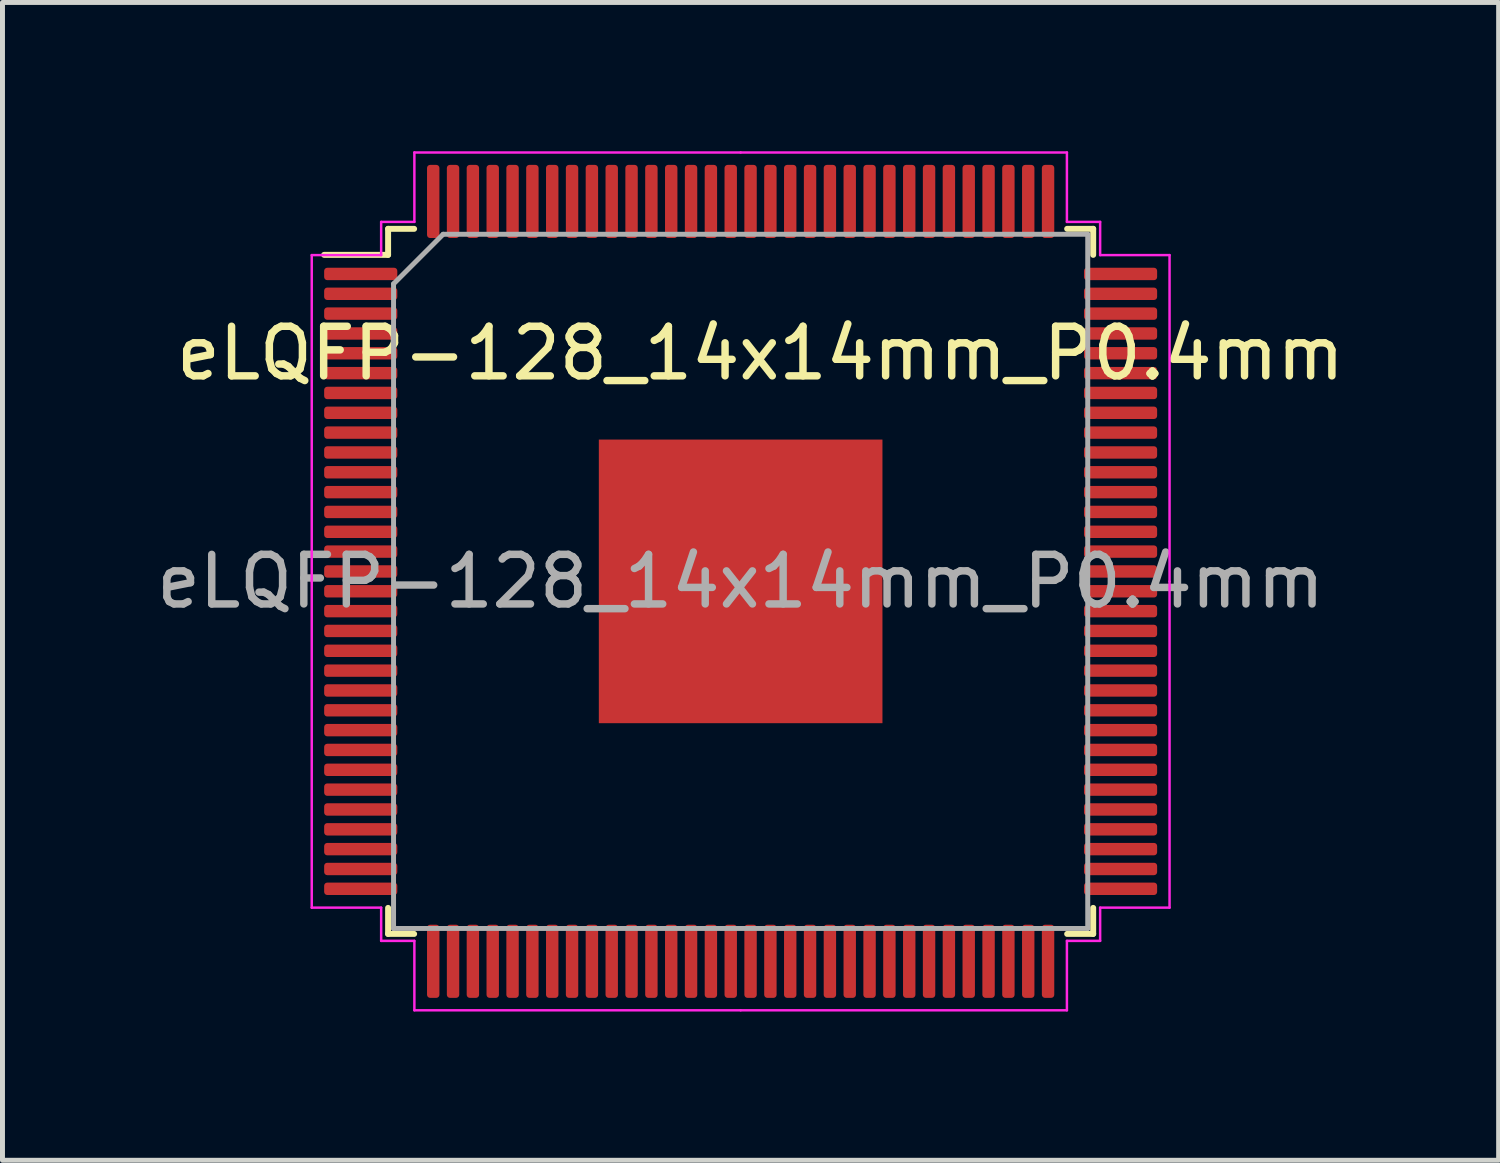
<source format=kicad_pcb>
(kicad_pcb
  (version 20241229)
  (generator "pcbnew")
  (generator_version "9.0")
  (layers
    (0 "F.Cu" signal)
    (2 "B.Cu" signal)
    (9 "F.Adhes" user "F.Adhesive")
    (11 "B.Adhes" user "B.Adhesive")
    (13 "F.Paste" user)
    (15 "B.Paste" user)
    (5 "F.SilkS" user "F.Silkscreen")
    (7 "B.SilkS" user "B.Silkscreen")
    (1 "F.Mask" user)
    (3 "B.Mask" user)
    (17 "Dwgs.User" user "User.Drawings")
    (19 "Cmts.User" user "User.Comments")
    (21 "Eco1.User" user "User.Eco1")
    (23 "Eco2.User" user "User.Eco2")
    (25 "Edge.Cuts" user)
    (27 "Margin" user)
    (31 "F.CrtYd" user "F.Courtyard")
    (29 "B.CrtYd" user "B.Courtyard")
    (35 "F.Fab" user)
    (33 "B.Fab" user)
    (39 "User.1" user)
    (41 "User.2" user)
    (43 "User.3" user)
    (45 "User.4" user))
  (footprint "eLQFP-128_14x14mm_P0.4mm"
    (layer "F.Cu")
    (at 11.887 8.675)
    (property "Reference" "eLQFP-128_14x14mm_P0.4mm" (at 0.4 -4.6 0) (layer "F.SilkS") (effects (font (size 1 1) (thickness 0.15))))
    (attr smd)
    (fp_line (start -7.11 -7.11) (end -7.11 -6.585) (stroke (width 0.12) (type solid)) (layer "F.SilkS"))
    (fp_line (start -7.11 -6.585) (end -8.4 -6.585) (stroke (width 0.12) (type solid)) (layer "F.SilkS"))
    (fp_line (start -7.11 7.11) (end -7.11 6.585) (stroke (width 0.12) (type solid)) (layer "F.SilkS"))
    (fp_line (start -6.585 -7.11) (end -7.11 -7.11) (stroke (width 0.12) (type solid)) (layer "F.SilkS"))
    (fp_line (start -6.585 7.11) (end -7.11 7.11) (stroke (width 0.12) (type solid)) (layer "F.SilkS"))
    (fp_line (start 6.585 -7.11) (end 7.11 -7.11) (stroke (width 0.12) (type solid)) (layer "F.SilkS"))
    (fp_line (start 6.585 7.11) (end 7.11 7.11) (stroke (width 0.12) (type solid)) (layer "F.SilkS"))
    (fp_line (start 7.11 -7.11) (end 7.11 -6.585) (stroke (width 0.12) (type solid)) (layer "F.SilkS"))
    (fp_line (start 7.11 7.11) (end 7.11 6.585) (stroke (width 0.12) (type solid)) (layer "F.SilkS"))
    (fp_line (start -8.65 -6.58) (end -8.65 0) (stroke (width 0.05) (type solid)) (layer "F.CrtYd"))
    (fp_line (start -8.65 6.58) (end -8.65 0) (stroke (width 0.05) (type solid)) (layer "F.CrtYd"))
    (fp_line (start -7.25 -7.25) (end -7.25 -6.58) (stroke (width 0.05) (type solid)) (layer "F.CrtYd"))
    (fp_line (start -7.25 -6.58) (end -8.65 -6.58) (stroke (width 0.05) (type solid)) (layer "F.CrtYd"))
    (fp_line (start -7.25 6.58) (end -8.65 6.58) (stroke (width 0.05) (type solid)) (layer "F.CrtYd"))
    (fp_line (start -7.25 7.25) (end -7.25 6.58) (stroke (width 0.05) (type solid)) (layer "F.CrtYd"))
    (fp_line (start -6.58 -8.65) (end -6.58 -7.25) (stroke (width 0.05) (type solid)) (layer "F.CrtYd"))
    (fp_line (start -6.58 -7.25) (end -7.25 -7.25) (stroke (width 0.05) (type solid)) (layer "F.CrtYd"))
    (fp_line (start -6.58 7.25) (end -7.25 7.25) (stroke (width 0.05) (type solid)) (layer "F.CrtYd"))
    (fp_line (start -6.58 8.65) (end -6.58 7.25) (stroke (width 0.05) (type solid)) (layer "F.CrtYd"))
    (fp_line (start 0 -8.65) (end -6.58 -8.65) (stroke (width 0.05) (type solid)) (layer "F.CrtYd"))
    (fp_line (start 0 -8.65) (end 6.58 -8.65) (stroke (width 0.05) (type solid)) (layer "F.CrtYd"))
    (fp_line (start 0 8.65) (end -6.58 8.65) (stroke (width 0.05) (type solid)) (layer "F.CrtYd"))
    (fp_line (start 0 8.65) (end 6.58 8.65) (stroke (width 0.05) (type solid)) (layer "F.CrtYd"))
    (fp_line (start 6.58 -8.65) (end 6.58 -7.25) (stroke (width 0.05) (type solid)) (layer "F.CrtYd"))
    (fp_line (start 6.58 -7.25) (end 7.25 -7.25) (stroke (width 0.05) (type solid)) (layer "F.CrtYd"))
    (fp_line (start 6.58 7.25) (end 7.25 7.25) (stroke (width 0.05) (type solid)) (layer "F.CrtYd"))
    (fp_line (start 6.58 8.65) (end 6.58 7.25) (stroke (width 0.05) (type solid)) (layer "F.CrtYd"))
    (fp_line (start 7.25 -7.25) (end 7.25 -6.58) (stroke (width 0.05) (type solid)) (layer "F.CrtYd"))
    (fp_line (start 7.25 -6.58) (end 8.65 -6.58) (stroke (width 0.05) (type solid)) (layer "F.CrtYd"))
    (fp_line (start 7.25 6.58) (end 8.65 6.58) (stroke (width 0.05) (type solid)) (layer "F.CrtYd"))
    (fp_line (start 7.25 7.25) (end 7.25 6.58) (stroke (width 0.05) (type solid)) (layer "F.CrtYd"))
    (fp_line (start 8.65 -6.58) (end 8.65 0) (stroke (width 0.05) (type solid)) (layer "F.CrtYd"))
    (fp_line (start 8.65 6.58) (end 8.65 0) (stroke (width 0.05) (type solid)) (layer "F.CrtYd"))
    (fp_line (start -7 -6) (end -6 -7) (stroke (width 0.1) (type solid)) (layer "F.Fab"))
    (fp_line (start -7 7) (end -7 -6) (stroke (width 0.1) (type solid)) (layer "F.Fab"))
    (fp_line (start -6 -7) (end 7 -7) (stroke (width 0.1) (type solid)) (layer "F.Fab"))
    (fp_line (start 7 -7) (end 7 7) (stroke (width 0.1) (type solid)) (layer "F.Fab"))
    (fp_line (start 7 7) (end -7 7) (stroke (width 0.1) (type solid)) (layer "F.Fab"))
    (fp_text user "${REFERENCE}" (at 0 0 0) (layer "F.Fab") (effects (font (size 1 1) (thickness 0.15))))
    (pad "1" smd roundrect (at -7.662 -6.2) (size 1.475 0.25) (layers "F.Cu" "F.Mask" "F.Paste") (roundrect_rratio 0.25))
    (pad "2" smd roundrect (at -7.662 -5.8) (size 1.475 0.25) (layers "F.Cu" "F.Mask" "F.Paste") (roundrect_rratio 0.25))
    (pad "3" smd roundrect (at -7.662 -5.4) (size 1.475 0.25) (layers "F.Cu" "F.Mask" "F.Paste") (roundrect_rratio 0.25))
    (pad "4" smd roundrect (at -7.662 -5) (size 1.475 0.25) (layers "F.Cu" "F.Mask" "F.Paste") (roundrect_rratio 0.25))
    (pad "5" smd roundrect (at -7.662 -4.6) (size 1.475 0.25) (layers "F.Cu" "F.Mask" "F.Paste") (roundrect_rratio 0.25))
    (pad "6" smd roundrect (at -7.662 -4.2) (size 1.475 0.25) (layers "F.Cu" "F.Mask" "F.Paste") (roundrect_rratio 0.25))
    (pad "7" smd roundrect (at -7.662 -3.8) (size 1.475 0.25) (layers "F.Cu" "F.Mask" "F.Paste") (roundrect_rratio 0.25))
    (pad "8" smd roundrect (at -7.662 -3.4) (size 1.475 0.25) (layers "F.Cu" "F.Mask" "F.Paste") (roundrect_rratio 0.25))
    (pad "9" smd roundrect (at -7.662 -3) (size 1.475 0.25) (layers "F.Cu" "F.Mask" "F.Paste") (roundrect_rratio 0.25))
    (pad "10" smd roundrect (at -7.662 -2.6) (size 1.475 0.25) (layers "F.Cu" "F.Mask" "F.Paste") (roundrect_rratio 0.25))
    (pad "11" smd roundrect (at -7.662 -2.2) (size 1.475 0.25) (layers "F.Cu" "F.Mask" "F.Paste") (roundrect_rratio 0.25))
    (pad "12" smd roundrect (at -7.662 -1.8) (size 1.475 0.25) (layers "F.Cu" "F.Mask" "F.Paste") (roundrect_rratio 0.25))
    (pad "13" smd roundrect (at -7.662 -1.4) (size 1.475 0.25) (layers "F.Cu" "F.Mask" "F.Paste") (roundrect_rratio 0.25))
    (pad "14" smd roundrect (at -7.662 -1) (size 1.475 0.25) (layers "F.Cu" "F.Mask" "F.Paste") (roundrect_rratio 0.25))
    (pad "15" smd roundrect (at -7.662 -0.6) (size 1.475 0.25) (layers "F.Cu" "F.Mask" "F.Paste") (roundrect_rratio 0.25))
    (pad "16" smd roundrect (at -7.662 -0.2) (size 1.475 0.25) (layers "F.Cu" "F.Mask" "F.Paste") (roundrect_rratio 0.25))
    (pad "17" smd roundrect (at -7.662 0.2) (size 1.475 0.25) (layers "F.Cu" "F.Mask" "F.Paste") (roundrect_rratio 0.25))
    (pad "18" smd roundrect (at -7.662 0.6) (size 1.475 0.25) (layers "F.Cu" "F.Mask" "F.Paste") (roundrect_rratio 0.25))
    (pad "19" smd roundrect (at -7.662 1) (size 1.475 0.25) (layers "F.Cu" "F.Mask" "F.Paste") (roundrect_rratio 0.25))
    (pad "20" smd roundrect (at -7.662 1.4) (size 1.475 0.25) (layers "F.Cu" "F.Mask" "F.Paste") (roundrect_rratio 0.25))
    (pad "21" smd roundrect (at -7.662 1.8) (size 1.475 0.25) (layers "F.Cu" "F.Mask" "F.Paste") (roundrect_rratio 0.25))
    (pad "22" smd roundrect (at -7.662 2.2) (size 1.475 0.25) (layers "F.Cu" "F.Mask" "F.Paste") (roundrect_rratio 0.25))
    (pad "23" smd roundrect (at -7.662 2.6) (size 1.475 0.25) (layers "F.Cu" "F.Mask" "F.Paste") (roundrect_rratio 0.25))
    (pad "24" smd roundrect (at -7.662 3) (size 1.475 0.25) (layers "F.Cu" "F.Mask" "F.Paste") (roundrect_rratio 0.25))
    (pad "25" smd roundrect (at -7.662 3.4) (size 1.475 0.25) (layers "F.Cu" "F.Mask" "F.Paste") (roundrect_rratio 0.25))
    (pad "26" smd roundrect (at -7.662 3.8) (size 1.475 0.25) (layers "F.Cu" "F.Mask" "F.Paste") (roundrect_rratio 0.25))
    (pad "27" smd roundrect (at -7.662 4.2) (size 1.475 0.25) (layers "F.Cu" "F.Mask" "F.Paste") (roundrect_rratio 0.25))
    (pad "28" smd roundrect (at -7.662 4.6) (size 1.475 0.25) (layers "F.Cu" "F.Mask" "F.Paste") (roundrect_rratio 0.25))
    (pad "29" smd roundrect (at -7.662 5) (size 1.475 0.25) (layers "F.Cu" "F.Mask" "F.Paste") (roundrect_rratio 0.25))
    (pad "30" smd roundrect (at -7.662 5.4) (size 1.475 0.25) (layers "F.Cu" "F.Mask" "F.Paste") (roundrect_rratio 0.25))
    (pad "31" smd roundrect (at -7.662 5.8) (size 1.475 0.25) (layers "F.Cu" "F.Mask" "F.Paste") (roundrect_rratio 0.25))
    (pad "32" smd roundrect (at -7.662 6.2) (size 1.475 0.25) (layers "F.Cu" "F.Mask" "F.Paste") (roundrect_rratio 0.25))
    (pad "33" smd roundrect (at -6.2 7.662) (size 0.25 1.475) (layers "F.Cu" "F.Mask" "F.Paste") (roundrect_rratio 0.25))
    (pad "34" smd roundrect (at -5.8 7.662) (size 0.25 1.475) (layers "F.Cu" "F.Mask" "F.Paste") (roundrect_rratio 0.25))
    (pad "35" smd roundrect (at -5.4 7.662) (size 0.25 1.475) (layers "F.Cu" "F.Mask" "F.Paste") (roundrect_rratio 0.25))
    (pad "36" smd roundrect (at -5 7.662) (size 0.25 1.475) (layers "F.Cu" "F.Mask" "F.Paste") (roundrect_rratio 0.25))
    (pad "37" smd roundrect (at -4.6 7.662) (size 0.25 1.475) (layers "F.Cu" "F.Mask" "F.Paste") (roundrect_rratio 0.25))
    (pad "38" smd roundrect (at -4.2 7.662) (size 0.25 1.475) (layers "F.Cu" "F.Mask" "F.Paste") (roundrect_rratio 0.25))
    (pad "39" smd roundrect (at -3.8 7.662) (size 0.25 1.475) (layers "F.Cu" "F.Mask" "F.Paste") (roundrect_rratio 0.25))
    (pad "40" smd roundrect (at -3.4 7.662) (size 0.25 1.475) (layers "F.Cu" "F.Mask" "F.Paste") (roundrect_rratio 0.25))
    (pad "41" smd roundrect (at -3 7.662) (size 0.25 1.475) (layers "F.Cu" "F.Mask" "F.Paste") (roundrect_rratio 0.25))
    (pad "42" smd roundrect (at -2.6 7.662) (size 0.25 1.475) (layers "F.Cu" "F.Mask" "F.Paste") (roundrect_rratio 0.25))
    (pad "43" smd roundrect (at -2.2 7.662) (size 0.25 1.475) (layers "F.Cu" "F.Mask" "F.Paste") (roundrect_rratio 0.25))
    (pad "44" smd roundrect (at -1.8 7.662) (size 0.25 1.475) (layers "F.Cu" "F.Mask" "F.Paste") (roundrect_rratio 0.25))
    (pad "45" smd roundrect (at -1.4 7.662) (size 0.25 1.475) (layers "F.Cu" "F.Mask" "F.Paste") (roundrect_rratio 0.25))
    (pad "46" smd roundrect (at -1 7.662) (size 0.25 1.475) (layers "F.Cu" "F.Mask" "F.Paste") (roundrect_rratio 0.25))
    (pad "47" smd roundrect (at -0.6 7.662) (size 0.25 1.475) (layers "F.Cu" "F.Mask" "F.Paste") (roundrect_rratio 0.25))
    (pad "48" smd roundrect (at -0.2 7.662) (size 0.25 1.475) (layers "F.Cu" "F.Mask" "F.Paste") (roundrect_rratio 0.25))
    (pad "49" smd roundrect (at 0.2 7.662) (size 0.25 1.475) (layers "F.Cu" "F.Mask" "F.Paste") (roundrect_rratio 0.25))
    (pad "50" smd roundrect (at 0.6 7.662) (size 0.25 1.475) (layers "F.Cu" "F.Mask" "F.Paste") (roundrect_rratio 0.25))
    (pad "51" smd roundrect (at 1 7.662) (size 0.25 1.475) (layers "F.Cu" "F.Mask" "F.Paste") (roundrect_rratio 0.25))
    (pad "52" smd roundrect (at 1.4 7.662) (size 0.25 1.475) (layers "F.Cu" "F.Mask" "F.Paste") (roundrect_rratio 0.25))
    (pad "53" smd roundrect (at 1.8 7.662) (size 0.25 1.475) (layers "F.Cu" "F.Mask" "F.Paste") (roundrect_rratio 0.25))
    (pad "54" smd roundrect (at 2.2 7.662) (size 0.25 1.475) (layers "F.Cu" "F.Mask" "F.Paste") (roundrect_rratio 0.25))
    (pad "55" smd roundrect (at 2.6 7.662) (size 0.25 1.475) (layers "F.Cu" "F.Mask" "F.Paste") (roundrect_rratio 0.25))
    (pad "56" smd roundrect (at 3 7.662) (size 0.25 1.475) (layers "F.Cu" "F.Mask" "F.Paste") (roundrect_rratio 0.25))
    (pad "57" smd roundrect (at 3.4 7.662) (size 0.25 1.475) (layers "F.Cu" "F.Mask" "F.Paste") (roundrect_rratio 0.25))
    (pad "58" smd roundrect (at 3.8 7.662) (size 0.25 1.475) (layers "F.Cu" "F.Mask" "F.Paste") (roundrect_rratio 0.25))
    (pad "59" smd roundrect (at 4.2 7.662) (size 0.25 1.475) (layers "F.Cu" "F.Mask" "F.Paste") (roundrect_rratio 0.25))
    (pad "60" smd roundrect (at 4.6 7.662) (size 0.25 1.475) (layers "F.Cu" "F.Mask" "F.Paste") (roundrect_rratio 0.25))
    (pad "61" smd roundrect (at 5 7.662) (size 0.25 1.475) (layers "F.Cu" "F.Mask" "F.Paste") (roundrect_rratio 0.25))
    (pad "62" smd roundrect (at 5.4 7.662) (size 0.25 1.475) (layers "F.Cu" "F.Mask" "F.Paste") (roundrect_rratio 0.25))
    (pad "63" smd roundrect (at 5.8 7.662) (size 0.25 1.475) (layers "F.Cu" "F.Mask" "F.Paste") (roundrect_rratio 0.25))
    (pad "64" smd roundrect (at 6.2 7.662) (size 0.25 1.475) (layers "F.Cu" "F.Mask" "F.Paste") (roundrect_rratio 0.25))
    (pad "65" smd roundrect (at 7.662 6.2) (size 1.475 0.25) (layers "F.Cu" "F.Mask" "F.Paste") (roundrect_rratio 0.25))
    (pad "66" smd roundrect (at 7.662 5.8) (size 1.475 0.25) (layers "F.Cu" "F.Mask" "F.Paste") (roundrect_rratio 0.25))
    (pad "67" smd roundrect (at 7.662 5.4) (size 1.475 0.25) (layers "F.Cu" "F.Mask" "F.Paste") (roundrect_rratio 0.25))
    (pad "68" smd roundrect (at 7.662 5) (size 1.475 0.25) (layers "F.Cu" "F.Mask" "F.Paste") (roundrect_rratio 0.25))
    (pad "69" smd roundrect (at 7.662 4.6) (size 1.475 0.25) (layers "F.Cu" "F.Mask" "F.Paste") (roundrect_rratio 0.25))
    (pad "70" smd roundrect (at 7.662 4.2) (size 1.475 0.25) (layers "F.Cu" "F.Mask" "F.Paste") (roundrect_rratio 0.25))
    (pad "71" smd roundrect (at 7.662 3.8) (size 1.475 0.25) (layers "F.Cu" "F.Mask" "F.Paste") (roundrect_rratio 0.25))
    (pad "72" smd roundrect (at 7.662 3.4) (size 1.475 0.25) (layers "F.Cu" "F.Mask" "F.Paste") (roundrect_rratio 0.25))
    (pad "73" smd roundrect (at 7.662 3) (size 1.475 0.25) (layers "F.Cu" "F.Mask" "F.Paste") (roundrect_rratio 0.25))
    (pad "74" smd roundrect (at 7.662 2.6) (size 1.475 0.25) (layers "F.Cu" "F.Mask" "F.Paste") (roundrect_rratio 0.25))
    (pad "75" smd roundrect (at 7.662 2.2) (size 1.475 0.25) (layers "F.Cu" "F.Mask" "F.Paste") (roundrect_rratio 0.25))
    (pad "76" smd roundrect (at 7.662 1.8) (size 1.475 0.25) (layers "F.Cu" "F.Mask" "F.Paste") (roundrect_rratio 0.25))
    (pad "77" smd roundrect (at 7.662 1.4) (size 1.475 0.25) (layers "F.Cu" "F.Mask" "F.Paste") (roundrect_rratio 0.25))
    (pad "78" smd roundrect (at 7.662 1) (size 1.475 0.25) (layers "F.Cu" "F.Mask" "F.Paste") (roundrect_rratio 0.25))
    (pad "79" smd roundrect (at 7.662 0.6) (size 1.475 0.25) (layers "F.Cu" "F.Mask" "F.Paste") (roundrect_rratio 0.25))
    (pad "80" smd roundrect (at 7.662 0.2) (size 1.475 0.25) (layers "F.Cu" "F.Mask" "F.Paste") (roundrect_rratio 0.25))
    (pad "81" smd roundrect (at 7.662 -0.2) (size 1.475 0.25) (layers "F.Cu" "F.Mask" "F.Paste") (roundrect_rratio 0.25))
    (pad "82" smd roundrect (at 7.662 -0.6) (size 1.475 0.25) (layers "F.Cu" "F.Mask" "F.Paste") (roundrect_rratio 0.25))
    (pad "83" smd roundrect (at 7.662 -1) (size 1.475 0.25) (layers "F.Cu" "F.Mask" "F.Paste") (roundrect_rratio 0.25))
    (pad "84" smd roundrect (at 7.662 -1.4) (size 1.475 0.25) (layers "F.Cu" "F.Mask" "F.Paste") (roundrect_rratio 0.25))
    (pad "85" smd roundrect (at 7.662 -1.8) (size 1.475 0.25) (layers "F.Cu" "F.Mask" "F.Paste") (roundrect_rratio 0.25))
    (pad "86" smd roundrect (at 7.662 -2.2) (size 1.475 0.25) (layers "F.Cu" "F.Mask" "F.Paste") (roundrect_rratio 0.25))
    (pad "87" smd roundrect (at 7.662 -2.6) (size 1.475 0.25) (layers "F.Cu" "F.Mask" "F.Paste") (roundrect_rratio 0.25))
    (pad "88" smd roundrect (at 7.662 -3) (size 1.475 0.25) (layers "F.Cu" "F.Mask" "F.Paste") (roundrect_rratio 0.25))
    (pad "89" smd roundrect (at 7.662 -3.4) (size 1.475 0.25) (layers "F.Cu" "F.Mask" "F.Paste") (roundrect_rratio 0.25))
    (pad "90" smd roundrect (at 7.662 -3.8) (size 1.475 0.25) (layers "F.Cu" "F.Mask" "F.Paste") (roundrect_rratio 0.25))
    (pad "91" smd roundrect (at 7.662 -4.2) (size 1.475 0.25) (layers "F.Cu" "F.Mask" "F.Paste") (roundrect_rratio 0.25))
    (pad "92" smd roundrect (at 7.662 -4.6) (size 1.475 0.25) (layers "F.Cu" "F.Mask" "F.Paste") (roundrect_rratio 0.25))
    (pad "93" smd roundrect (at 7.662 -5) (size 1.475 0.25) (layers "F.Cu" "F.Mask" "F.Paste") (roundrect_rratio 0.25))
    (pad "94" smd roundrect (at 7.662 -5.4) (size 1.475 0.25) (layers "F.Cu" "F.Mask" "F.Paste") (roundrect_rratio 0.25))
    (pad "95" smd roundrect (at 7.662 -5.8) (size 1.475 0.25) (layers "F.Cu" "F.Mask" "F.Paste") (roundrect_rratio 0.25))
    (pad "96" smd roundrect (at 7.662 -6.2) (size 1.475 0.25) (layers "F.Cu" "F.Mask" "F.Paste") (roundrect_rratio 0.25))
    (pad "97" smd roundrect (at 6.2 -7.662) (size 0.25 1.475) (layers "F.Cu" "F.Mask" "F.Paste") (roundrect_rratio 0.25))
    (pad "98" smd roundrect (at 5.8 -7.662) (size 0.25 1.475) (layers "F.Cu" "F.Mask" "F.Paste") (roundrect_rratio 0.25))
    (pad "99" smd roundrect (at 5.4 -7.662) (size 0.25 1.475) (layers "F.Cu" "F.Mask" "F.Paste") (roundrect_rratio 0.25))
    (pad "100" smd roundrect (at 5 -7.662) (size 0.25 1.475) (layers "F.Cu" "F.Mask" "F.Paste") (roundrect_rratio 0.25))
    (pad "101" smd roundrect (at 4.6 -7.662) (size 0.25 1.475) (layers "F.Cu" "F.Mask" "F.Paste") (roundrect_rratio 0.25))
    (pad "102" smd roundrect (at 4.2 -7.662) (size 0.25 1.475) (layers "F.Cu" "F.Mask" "F.Paste") (roundrect_rratio 0.25))
    (pad "103" smd roundrect (at 3.8 -7.662) (size 0.25 1.475) (layers "F.Cu" "F.Mask" "F.Paste") (roundrect_rratio 0.25))
    (pad "104" smd roundrect (at 3.4 -7.662) (size 0.25 1.475) (layers "F.Cu" "F.Mask" "F.Paste") (roundrect_rratio 0.25))
    (pad "105" smd roundrect (at 3 -7.662) (size 0.25 1.475) (layers "F.Cu" "F.Mask" "F.Paste") (roundrect_rratio 0.25))
    (pad "106" smd roundrect (at 2.6 -7.662) (size 0.25 1.475) (layers "F.Cu" "F.Mask" "F.Paste") (roundrect_rratio 0.25))
    (pad "107" smd roundrect (at 2.2 -7.662) (size 0.25 1.475) (layers "F.Cu" "F.Mask" "F.Paste") (roundrect_rratio 0.25))
    (pad "108" smd roundrect (at 1.8 -7.662) (size 0.25 1.475) (layers "F.Cu" "F.Mask" "F.Paste") (roundrect_rratio 0.25))
    (pad "109" smd roundrect (at 1.4 -7.662) (size 0.25 1.475) (layers "F.Cu" "F.Mask" "F.Paste") (roundrect_rratio 0.25))
    (pad "110" smd roundrect (at 1 -7.662) (size 0.25 1.475) (layers "F.Cu" "F.Mask" "F.Paste") (roundrect_rratio 0.25))
    (pad "111" smd roundrect (at 0.6 -7.662) (size 0.25 1.475) (layers "F.Cu" "F.Mask" "F.Paste") (roundrect_rratio 0.25))
    (pad "112" smd roundrect (at 0.2 -7.662) (size 0.25 1.475) (layers "F.Cu" "F.Mask" "F.Paste") (roundrect_rratio 0.25))
    (pad "113" smd roundrect (at -0.2 -7.662) (size 0.25 1.475) (layers "F.Cu" "F.Mask" "F.Paste") (roundrect_rratio 0.25))
    (pad "114" smd roundrect (at -0.6 -7.662) (size 0.25 1.475) (layers "F.Cu" "F.Mask" "F.Paste") (roundrect_rratio 0.25))
    (pad "115" smd roundrect (at -1 -7.662) (size 0.25 1.475) (layers "F.Cu" "F.Mask" "F.Paste") (roundrect_rratio 0.25))
    (pad "116" smd roundrect (at -1.4 -7.662) (size 0.25 1.475) (layers "F.Cu" "F.Mask" "F.Paste") (roundrect_rratio 0.25))
    (pad "117" smd roundrect (at -1.8 -7.662) (size 0.25 1.475) (layers "F.Cu" "F.Mask" "F.Paste") (roundrect_rratio 0.25))
    (pad "118" smd roundrect (at -2.2 -7.662) (size 0.25 1.475) (layers "F.Cu" "F.Mask" "F.Paste") (roundrect_rratio 0.25))
    (pad "119" smd roundrect (at -2.6 -7.662) (size 0.25 1.475) (layers "F.Cu" "F.Mask" "F.Paste") (roundrect_rratio 0.25))
    (pad "120" smd roundrect (at -3 -7.662) (size 0.25 1.475) (layers "F.Cu" "F.Mask" "F.Paste") (roundrect_rratio 0.25))
    (pad "121" smd roundrect (at -3.4 -7.662) (size 0.25 1.475) (layers "F.Cu" "F.Mask" "F.Paste") (roundrect_rratio 0.25))
    (pad "122" smd roundrect (at -3.8 -7.662) (size 0.25 1.475) (layers "F.Cu" "F.Mask" "F.Paste") (roundrect_rratio 0.25))
    (pad "123" smd roundrect (at -4.2 -7.662) (size 0.25 1.475) (layers "F.Cu" "F.Mask" "F.Paste") (roundrect_rratio 0.25))
    (pad "124" smd roundrect (at -4.6 -7.662) (size 0.25 1.475) (layers "F.Cu" "F.Mask" "F.Paste") (roundrect_rratio 0.25))
    (pad "125" smd roundrect (at -5 -7.662) (size 0.25 1.475) (layers "F.Cu" "F.Mask" "F.Paste") (roundrect_rratio 0.25))
    (pad "126" smd roundrect (at -5.4 -7.662) (size 0.25 1.475) (layers "F.Cu" "F.Mask" "F.Paste") (roundrect_rratio 0.25))
    (pad "127" smd roundrect (at -5.8 -7.662) (size 0.25 1.475) (layers "F.Cu" "F.Mask" "F.Paste") (roundrect_rratio 0.25))
    (pad "128" smd roundrect (at -6.2 -7.662) (size 0.25 1.475) (layers "F.Cu" "F.Mask" "F.Paste") (roundrect_rratio 0.25))
    (pad "PAD" smd rect (at 0 0) (size 5.72 5.72) (layers "F.Cu" "F.Mask" "F.Paste")))
  (gr_rect
    (start -3 -3)
    (end 27.174 20.35)
    (stroke (width 0.1) (type default))
    (fill no)
    (layer "Edge.Cuts")))
</source>
